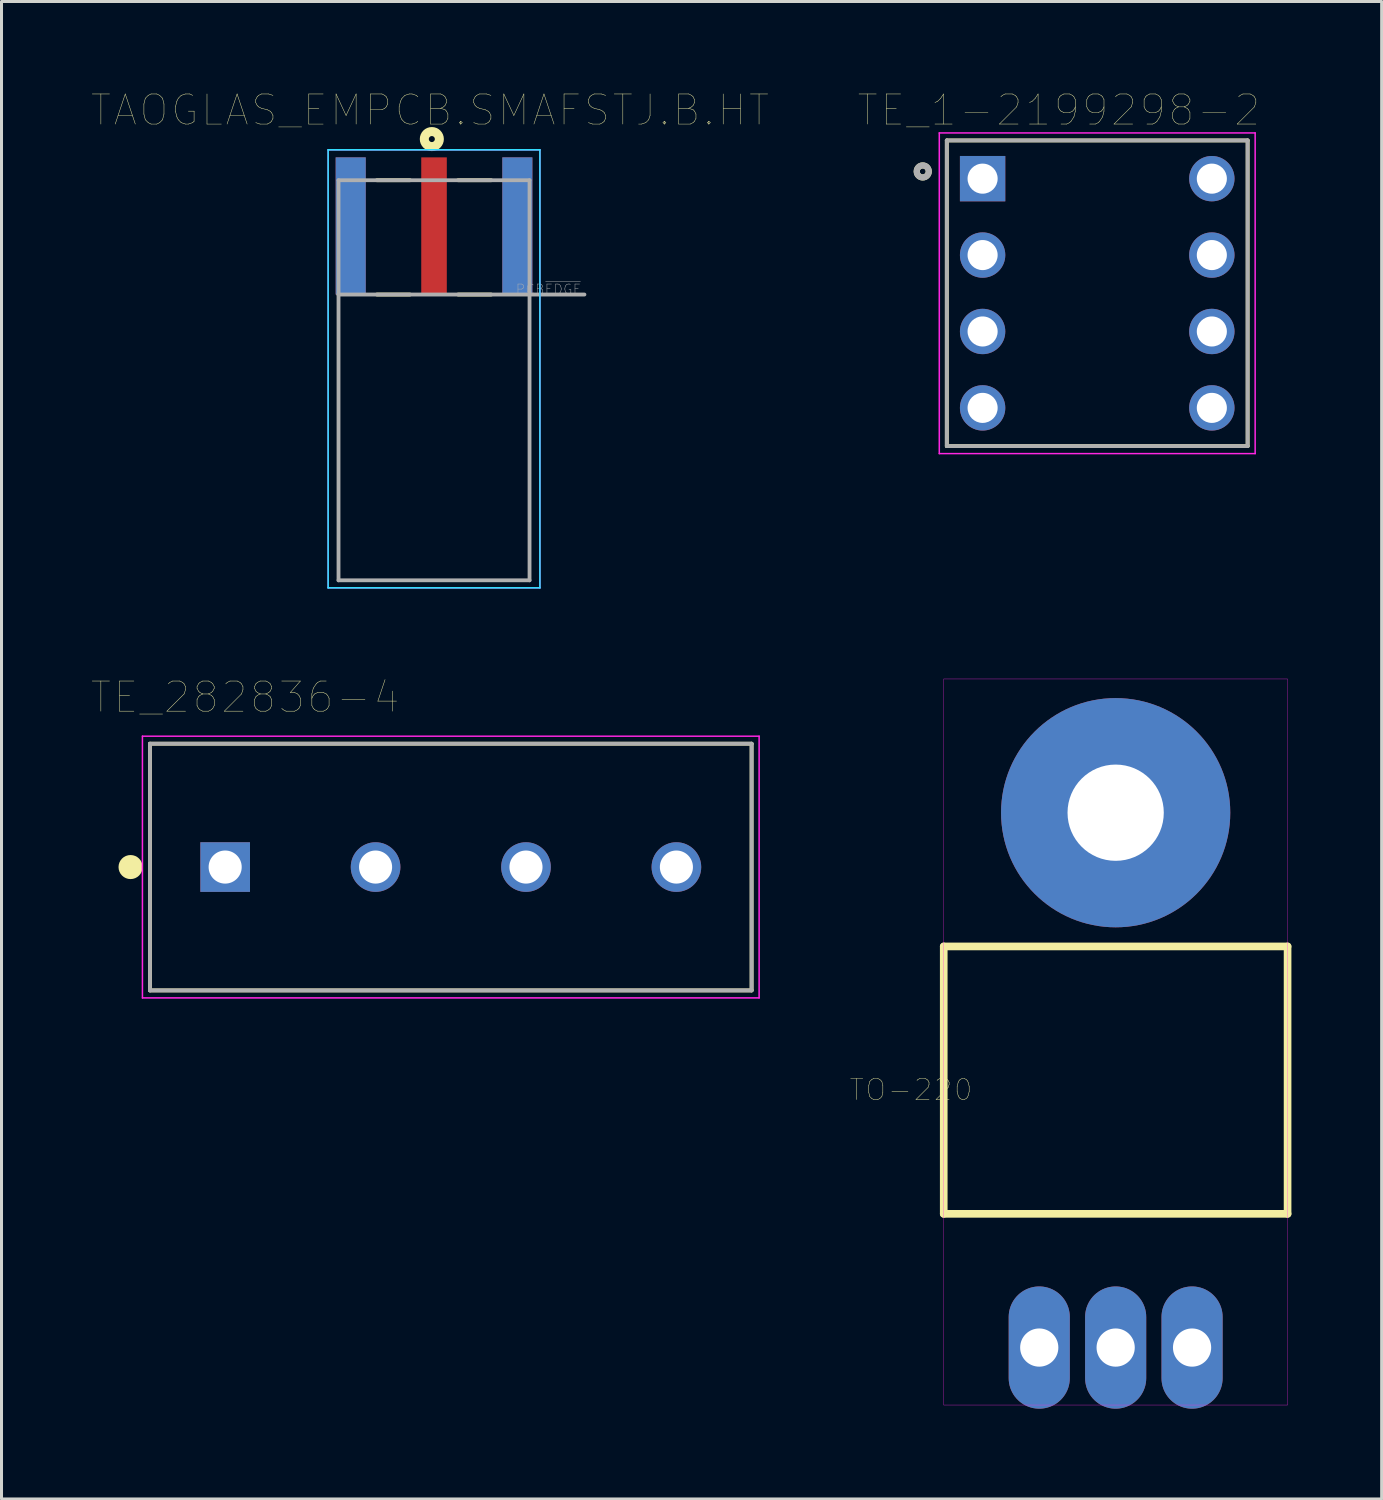
<source format=kicad_pcb>
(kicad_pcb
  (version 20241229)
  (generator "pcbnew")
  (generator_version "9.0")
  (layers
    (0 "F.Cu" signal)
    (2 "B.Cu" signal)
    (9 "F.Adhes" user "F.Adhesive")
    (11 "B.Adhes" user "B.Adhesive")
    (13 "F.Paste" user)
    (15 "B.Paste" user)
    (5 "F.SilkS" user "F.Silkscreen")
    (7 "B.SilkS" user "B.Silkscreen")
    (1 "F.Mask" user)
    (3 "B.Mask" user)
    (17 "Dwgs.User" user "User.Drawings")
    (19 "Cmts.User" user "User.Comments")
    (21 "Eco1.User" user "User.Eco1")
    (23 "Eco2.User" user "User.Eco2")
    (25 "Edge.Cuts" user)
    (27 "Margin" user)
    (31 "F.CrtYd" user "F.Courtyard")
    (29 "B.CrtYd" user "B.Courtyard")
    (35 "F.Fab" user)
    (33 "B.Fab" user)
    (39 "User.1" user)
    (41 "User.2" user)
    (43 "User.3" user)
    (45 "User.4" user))
  (footprint "TE_282836-4"
    (layer "F.Cu")
    (at 11.935 25.773)
    (property "Reference" "TE_282836-4" (at -6.837 -5.645 0) (layer "F.SilkS") (effects (font (size 1.002 1.002) (thickness 0.015))))
    (attr through_hole)
    (fp_line (start -10 -4.1) (end -10 4.1) (stroke (width 0.127) (type solid)) (layer "F.SilkS"))
    (fp_line (start -10 4.1) (end 10 4.1) (stroke (width 0.127) (type solid)) (layer "F.SilkS"))
    (fp_line (start 10 -4.1) (end -10 -4.1) (stroke (width 0.127) (type solid)) (layer "F.SilkS"))
    (fp_line (start 10 4.1) (end 10 -4.1) (stroke (width 0.127) (type solid)) (layer "F.SilkS"))
    (fp_circle (center -10.645 0) (end -10.445 0) (stroke (width 0.4) (type solid)) (fill no) (layer "F.SilkS"))
    (fp_line (start -10.25 -4.35) (end 10.25 -4.35) (stroke (width 0.05) (type solid)) (layer "F.CrtYd"))
    (fp_line (start -10.25 4.35) (end -10.25 -4.35) (stroke (width 0.05) (type solid)) (layer "F.CrtYd"))
    (fp_line (start 10.25 -4.35) (end 10.25 4.35) (stroke (width 0.05) (type solid)) (layer "F.CrtYd"))
    (fp_line (start 10.25 4.35) (end -10.25 4.35) (stroke (width 0.05) (type solid)) (layer "F.CrtYd"))
    (fp_line (start -10 -4.1) (end -10 4.1) (stroke (width 0.127) (type solid)) (layer "F.Fab"))
    (fp_line (start -10 4.1) (end 10 4.1) (stroke (width 0.127) (type solid)) (layer "F.Fab"))
    (fp_line (start 10 -4.1) (end -10 -4.1) (stroke (width 0.127) (type solid)) (layer "F.Fab"))
    (fp_line (start 10 4.1) (end 10 -4.1) (stroke (width 0.127) (type solid)) (layer "F.Fab"))
    (pad "1" thru_hole rect (at -7.5 0) (size 1.65 1.65) (drill 1.1) (layers "*.Cu" "*.Mask"))
    (pad "2" thru_hole circle (at -2.5 0) (size 1.65 1.65) (drill 1.1) (layers "*.Cu" "*.Mask"))
    (pad "3" thru_hole circle (at 2.5 0) (size 1.65 1.65) (drill 1.1) (layers "*.Cu" "*.Mask"))
    (pad "4" thru_hole circle (at 7.5 0) (size 1.65 1.65) (drill 1.1) (layers "*.Cu" "*.Mask")))
  (footprint "TE_1-2199298-2"
    (layer "F.Cu")
    (at 33.424 6.699)
    (property "Reference" "TE_1-2199298-2" (at -1.275 -6.087 0) (layer "F.SilkS") (effects (font (size 1 1) (thickness 0.015))))
    (attr through_hole)
    (fp_line (start -5 -5.08) (end 5 -5.08) (stroke (width 0.127) (type solid)) (layer "F.SilkS"))
    (fp_line (start -5 5.08) (end -5 -5.08) (stroke (width 0.127) (type solid)) (layer "F.SilkS"))
    (fp_line (start 5 -5.08) (end 5 5.08) (stroke (width 0.127) (type solid)) (layer "F.SilkS"))
    (fp_line (start 5 5.08) (end -5 5.08) (stroke (width 0.127) (type solid)) (layer "F.SilkS"))
    (fp_circle (center -5.8 -4.05) (end -5.6 -4.05) (stroke (width 0.203) (type solid)) (fill no) (layer "F.SilkS"))
    (fp_line (start -5.25 -5.33) (end 5.25 -5.33) (stroke (width 0.05) (type solid)) (layer "F.CrtYd"))
    (fp_line (start -5.25 5.33) (end -5.25 -5.33) (stroke (width 0.05) (type solid)) (layer "F.CrtYd"))
    (fp_line (start 5.25 -5.33) (end 5.25 5.33) (stroke (width 0.05) (type solid)) (layer "F.CrtYd"))
    (fp_line (start 5.25 5.33) (end -5.25 5.33) (stroke (width 0.05) (type solid)) (layer "F.CrtYd"))
    (fp_line (start -5 -5.08) (end 5 -5.08) (stroke (width 0.127) (type solid)) (layer "F.Fab"))
    (fp_line (start -5 5.08) (end -5 -5.08) (stroke (width 0.127) (type solid)) (layer "F.Fab"))
    (fp_line (start 5 -5.08) (end 5 5.08) (stroke (width 0.127) (type solid)) (layer "F.Fab"))
    (fp_line (start 5 5.08) (end -5 5.08) (stroke (width 0.127) (type solid)) (layer "F.Fab"))
    (fp_circle (center -5.8 -4.05) (end -5.6 -4.05) (stroke (width 0.203) (type solid)) (fill no) (layer "F.Fab"))
    (pad "1" thru_hole rect (at -3.81 -3.81) (size 1.508 1.508) (drill 1) (layers "*.Cu" "*.Mask"))
    (pad "2" thru_hole circle (at -3.81 -1.27) (size 1.508 1.508) (drill 1) (layers "*.Cu" "*.Mask"))
    (pad "3" thru_hole circle (at -3.81 1.27) (size 1.508 1.508) (drill 1) (layers "*.Cu" "*.Mask"))
    (pad "4" thru_hole circle (at -3.81 3.81) (size 1.508 1.508) (drill 1) (layers "*.Cu" "*.Mask"))
    (pad "5" thru_hole circle (at 3.81 3.81) (size 1.508 1.508) (drill 1) (layers "*.Cu" "*.Mask"))
    (pad "6" thru_hole circle (at 3.81 1.27) (size 1.508 1.508) (drill 1) (layers "*.Cu" "*.Mask"))
    (pad "7" thru_hole circle (at 3.81 -1.27) (size 1.508 1.508) (drill 1) (layers "*.Cu" "*.Mask"))
    (pad "8" thru_hole circle (at 3.81 -3.81) (size 1.508 1.508) (drill 1) (layers "*.Cu" "*.Mask")))
  (footprint "TAOGLAS_EMPCB.SMAFSTJ.B.HT"
    (layer "F.Cu")
    (at 11.378 4.461)
    (property "Reference" "TAOGLAS_EMPCB.SMAFSTJ.B.HT" (at -0.135 -3.849 0) (layer "F.SilkS") (effects (font (size 1.001 1.001) (thickness 0.015))))
    (attr through_hole)
    (fp_line (start -1.9 -1.52) (end -0.8 -1.52) (stroke (width 0.127) (type solid)) (layer "F.SilkS"))
    (fp_line (start -1.9 2.28) (end -0.8 2.28) (stroke (width 0.127) (type solid)) (layer "F.SilkS"))
    (fp_line (start 0.8 -1.52) (end 1.9 -1.52) (stroke (width 0.127) (type solid)) (layer "F.SilkS"))
    (fp_line (start 0.8 2.28) (end 1.9 2.28) (stroke (width 0.127) (type solid)) (layer "F.SilkS"))
    (fp_circle (center -0.073 -2.888) (end 0.027 -2.888) (stroke (width 0.3) (type solid)) (fill no) (layer "F.SilkS"))
    (fp_line (start -3.52 -2.53) (end 3.52 -2.53) (stroke (width 0.05) (type solid)) (layer "B.CrtYd"))
    (fp_line (start -3.52 12.03) (end -3.52 -2.53) (stroke (width 0.05) (type solid)) (layer "B.CrtYd"))
    (fp_line (start 3.52 -2.53) (end 3.52 12.03) (stroke (width 0.05) (type solid)) (layer "B.CrtYd"))
    (fp_line (start 3.52 12.03) (end -3.52 12.03) (stroke (width 0.05) (type solid)) (layer "B.CrtYd"))
    (fp_line (start -3.52 -2.53) (end 3.52 -2.53) (stroke (width 0.05) (type solid)) (layer "F.CrtYd"))
    (fp_line (start -3.52 12.03) (end -3.52 -2.53) (stroke (width 0.05) (type solid)) (layer "F.CrtYd"))
    (fp_line (start 3.52 -2.53) (end 3.52 12.03) (stroke (width 0.05) (type solid)) (layer "F.CrtYd"))
    (fp_line (start 3.52 12.03) (end -3.52 12.03) (stroke (width 0.05) (type solid)) (layer "F.CrtYd"))
    (fp_line (start -3.175 -1.52) (end 3.175 -1.52) (stroke (width 0.127) (type solid)) (layer "F.Fab"))
    (fp_line (start -3.175 2.28) (end -3.175 -1.52) (stroke (width 0.127) (type solid)) (layer "F.Fab"))
    (fp_line (start -3.175 2.28) (end 5 2.28) (stroke (width 0.127) (type solid)) (layer "F.Fab"))
    (fp_line (start -3.175 11.78) (end -3.175 2.28) (stroke (width 0.127) (type solid)) (layer "F.Fab"))
    (fp_line (start 3.175 -1.52) (end 3.175 11.78) (stroke (width 0.127) (type solid)) (layer "F.Fab"))
    (fp_line (start 3.175 11.78) (end -3.175 11.78) (stroke (width 0.127) (type solid)) (layer "F.Fab"))
    (fp_text user "PCB~{EDGE}" (at 3.807 2.104 0) (layer "F.Fab") (effects (font (size 0.321 0.321) (thickness 0.015))))
    (pad "1" smd rect (at 0 0) (size 0.85 4.56) (layers "F.Cu" "F.Mask" "F.Paste"))
    (pad "SH1" smd rect (at -2.77 0) (size 1 4.56) (layers "F.Cu" "F.Mask" "F.Paste"))
    (pad "SH2" smd rect (at 2.77 0) (size 1 4.56) (layers "F.Cu" "F.Mask" "F.Paste"))
    (pad "SH3" smd rect (at -2.77 0) (size 1 4.56) (layers "B.Cu" "B.Mask" "B.Paste"))
    (pad "SH4" smd rect (at 2.77 0) (size 1 4.56) (layers "B.Cu" "B.Mask" "B.Paste")))
  (footprint "TO-220"
    (layer "F.Cu")
    (at 34.037 30.316)
    (property "Reference" "TO-220" (at -6.805 2.862 180) (layer "F.SilkS") (effects (font (size 0.701 0.701) (thickness 0.015))))
    (attr through_hole)
    (fp_line (start -5.715 -1.905) (end 5.715 -1.905) (stroke (width 0.254) (type solid)) (layer "F.SilkS"))
    (fp_line (start -5.715 6.985) (end -5.715 -1.905) (stroke (width 0.254) (type solid)) (layer "F.SilkS"))
    (fp_line (start 5.715 -1.905) (end 5.715 6.985) (stroke (width 0.254) (type solid)) (layer "F.SilkS"))
    (fp_line (start 5.715 6.985) (end -5.715 6.985) (stroke (width 0.254) (type solid)) (layer "F.SilkS"))
    (fp_poly (pts (xy -5.717 -10.795) (xy 5.715 -10.795) (xy 5.715 13.34) (xy -5.717 13.34)) (stroke (width 0.01) (type solid)) (fill no) (layer "F.CrtYd"))
    (pad "1" thru_hole oval (at -2.54 11.43) (size 2.032 4.064) (drill 1.27) (layers "*.Cu" "*.Mask"))
    (pad "2" thru_hole oval (at 0 11.43) (size 2.032 4.064) (drill 1.27) (layers "*.Cu" "*.Mask"))
    (pad "3" thru_hole oval (at 2.54 11.43) (size 2.032 4.064) (drill 1.27) (layers "*.Cu" "*.Mask"))
    (pad "HEAT" thru_hole circle (at 0 -6.35) (size 7.62 7.62) (drill 3.2) (layers "*.Cu" "*.Mask")))
  (gr_rect
    (start -3 -3)
    (end 42.879 46.778)
    (stroke (width 0.1) (type default))
    (fill no)
    (layer "Edge.Cuts")))
</source>
